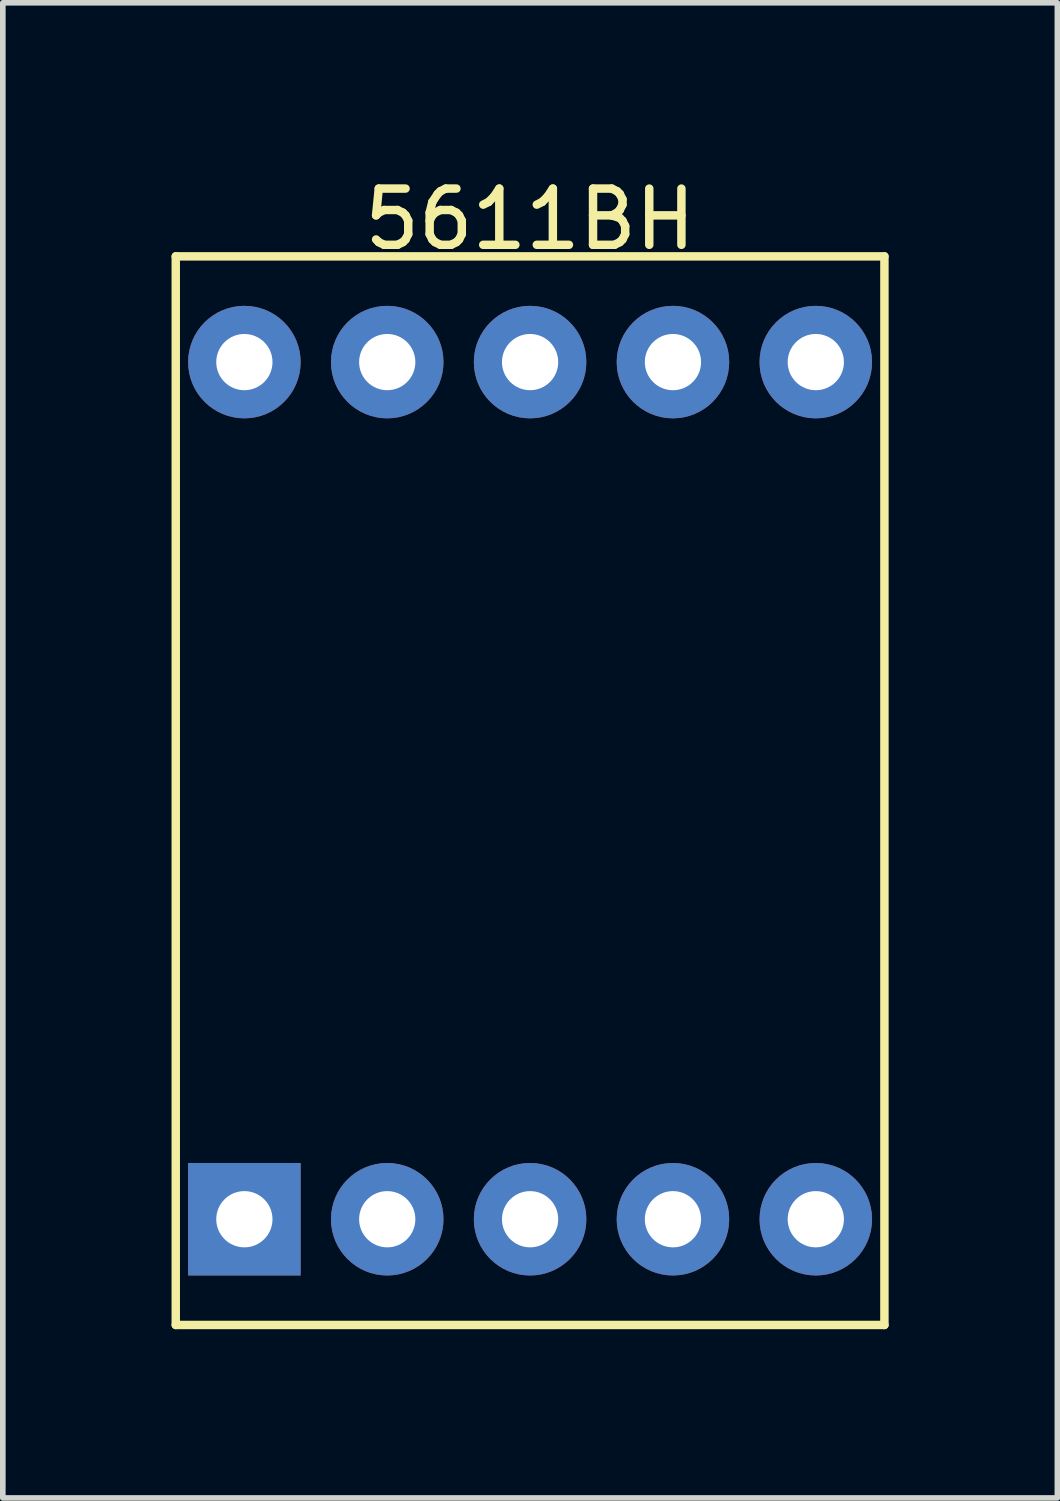
<source format=kicad_pcb>
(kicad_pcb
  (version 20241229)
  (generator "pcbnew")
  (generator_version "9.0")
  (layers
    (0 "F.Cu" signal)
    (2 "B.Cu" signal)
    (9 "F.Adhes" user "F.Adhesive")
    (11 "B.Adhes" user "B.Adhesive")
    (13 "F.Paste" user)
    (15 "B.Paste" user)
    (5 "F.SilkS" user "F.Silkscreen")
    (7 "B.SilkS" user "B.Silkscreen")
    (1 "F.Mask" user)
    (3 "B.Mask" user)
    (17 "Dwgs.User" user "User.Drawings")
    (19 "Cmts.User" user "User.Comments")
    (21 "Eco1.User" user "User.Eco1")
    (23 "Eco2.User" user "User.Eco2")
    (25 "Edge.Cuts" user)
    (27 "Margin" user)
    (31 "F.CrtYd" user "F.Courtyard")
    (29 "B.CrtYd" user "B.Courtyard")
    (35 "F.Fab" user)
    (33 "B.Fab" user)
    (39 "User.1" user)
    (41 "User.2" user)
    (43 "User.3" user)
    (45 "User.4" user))
  (footprint "5611BH"
    (layer "F.Cu")
    (at 6.375 11.008)
    (property "Reference" "5611BH" (at 0 -10.16 0) (layer "F.SilkS") (effects (font (size 1 1) (thickness 0.15))))
    (attr through_hole)
    (fp_line (start -6.3 -9.5) (end 6.3 -9.5) (stroke (width 0.15) (type solid)) (layer "F.SilkS"))
    (fp_line (start -6.3 9.5) (end -6.3 -9.5) (stroke (width 0.15) (type solid)) (layer "F.SilkS"))
    (fp_line (start 6.3 -9.5) (end 6.3 9.5) (stroke (width 0.15) (type solid)) (layer "F.SilkS"))
    (fp_line (start 6.3 9.5) (end -6.3 9.5) (stroke (width 0.15) (type solid)) (layer "F.SilkS"))
    (pad "1" thru_hole rect (at -5.08 7.62) (size 2 2) (drill 1) (layers "*.Cu" "*.Mask"))
    (pad "2" thru_hole circle (at -2.54 7.62) (size 2 2) (drill 1) (layers "*.Cu" "*.Mask"))
    (pad "3" thru_hole circle (at 0 7.62) (size 2 2) (drill 1) (layers "*.Cu" "*.Mask"))
    (pad "4" thru_hole circle (at 2.54 7.62) (size 2 2) (drill 1) (layers "*.Cu" "*.Mask"))
    (pad "5" thru_hole circle (at 5.08 7.62) (size 2 2) (drill 1) (layers "*.Cu" "*.Mask"))
    (pad "6" thru_hole circle (at 5.08 -7.62) (size 2 2) (drill 1) (layers "*.Cu" "*.Mask"))
    (pad "7" thru_hole circle (at 2.54 -7.62) (size 2 2) (drill 1) (layers "*.Cu" "*.Mask"))
    (pad "8" thru_hole circle (at 0 -7.62) (size 2 2) (drill 1) (layers "*.Cu" "*.Mask"))
    (pad "9" thru_hole circle (at -2.54 -7.62) (size 2 2) (drill 1) (layers "*.Cu" "*.Mask"))
    (pad "10" thru_hole circle (at -5.08 -7.62) (size 2 2) (drill 1) (layers "*.Cu" "*.Mask")))
  (gr_rect
    (start -3 -3)
    (end 15.75 23.583)
    (stroke (width 0.1) (type default))
    (fill no)
    (layer "Edge.Cuts")))
</source>
